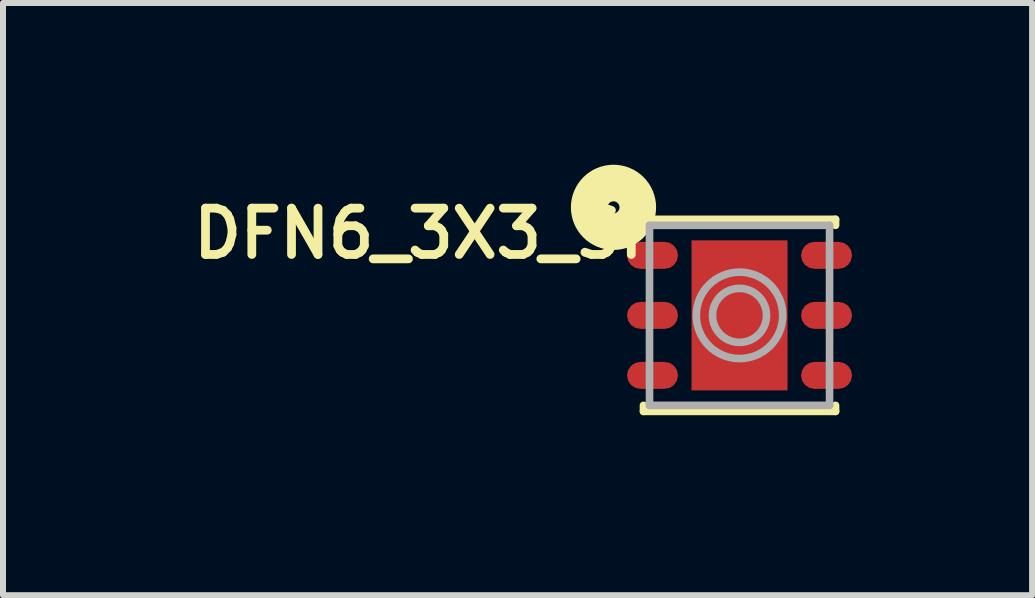
<source format=kicad_pcb>
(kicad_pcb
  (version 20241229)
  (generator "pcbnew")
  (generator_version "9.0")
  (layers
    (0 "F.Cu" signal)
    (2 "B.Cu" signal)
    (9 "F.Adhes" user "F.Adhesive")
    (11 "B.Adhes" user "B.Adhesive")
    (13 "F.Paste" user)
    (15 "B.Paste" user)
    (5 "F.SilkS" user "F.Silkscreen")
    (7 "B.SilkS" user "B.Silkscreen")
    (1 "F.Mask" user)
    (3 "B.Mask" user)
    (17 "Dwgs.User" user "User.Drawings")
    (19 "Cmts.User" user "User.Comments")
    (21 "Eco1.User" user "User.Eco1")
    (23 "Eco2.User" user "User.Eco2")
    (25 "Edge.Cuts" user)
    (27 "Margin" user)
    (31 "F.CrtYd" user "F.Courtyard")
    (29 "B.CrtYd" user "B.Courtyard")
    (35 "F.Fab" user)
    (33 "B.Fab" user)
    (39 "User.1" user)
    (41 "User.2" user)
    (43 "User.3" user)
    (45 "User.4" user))
  (footprint "DFN6_3X3_SI"
    (layer "F.Cu")
    (at 9.273 2.205)
    (property "Reference" "DFN6_3X3_SI" (at -1.524 -1.816 0) (layer "F.SilkS") (effects (font (size 0.772 0.772) (thickness 0.146)) (justify right top)))
    (attr through_hole)
    (fp_line (start -1.6 -1.6) (end 1.6 -1.6) (stroke (width 0.127) (type solid)) (layer "F.SilkS"))
    (fp_line (start -1.6 -1.5) (end -1.6 -1.6) (stroke (width 0.127) (type solid)) (layer "F.SilkS"))
    (fp_line (start -1.6 1.5) (end -1.6 1.6) (stroke (width 0.127) (type solid)) (layer "F.SilkS"))
    (fp_line (start -1.6 1.6) (end 1.6 1.6) (stroke (width 0.127) (type solid)) (layer "F.SilkS"))
    (fp_line (start 1.6 -1.6) (end 1.6 -1.5) (stroke (width 0.127) (type solid)) (layer "F.SilkS"))
    (fp_line (start 1.6 1.6) (end 1.6 1.5) (stroke (width 0.127) (type solid)) (layer "F.SilkS"))
    (fp_circle (center -2.1 -1.8) (end -2 -1.8) (stroke (width 0.61) (type solid)) (fill no) (layer "F.SilkS"))
    (fp_line (start -1.5 -1.5) (end 1.5 -1.5) (stroke (width 0.127) (type solid)) (layer "F.Fab"))
    (fp_line (start -1.5 1.5) (end -1.5 -1.5) (stroke (width 0.127) (type solid)) (layer "F.Fab"))
    (fp_line (start 1.5 -1.5) (end 1.5 1.5) (stroke (width 0.127) (type solid)) (layer "F.Fab"))
    (fp_line (start 1.5 1.5) (end -1.5 1.5) (stroke (width 0.127) (type solid)) (layer "F.Fab"))
    (fp_circle (center 0 0) (end 0.45 0) (stroke (width 0.127) (type solid)) (fill no) (layer "F.Fab"))
    (fp_circle (center 0 0) (end 0.72 0) (stroke (width 0.127) (type solid)) (fill no) (layer "F.Fab"))
    (pad "1" smd roundrect (at -1.45 -1) (size 0.85 0.45) (layers "F.Cu" "F.Mask" "F.Paste") (roundrect_rratio 0.5))
    (pad "2" smd roundrect (at -1.45 0) (size 0.85 0.45) (layers "F.Cu" "F.Mask" "F.Paste") (roundrect_rratio 0.5))
    (pad "3" smd roundrect (at -1.45 1) (size 0.85 0.45) (layers "F.Cu" "F.Mask" "F.Paste") (roundrect_rratio 0.5))
    (pad "4" smd roundrect (at 1.45 1) (size 0.85 0.45) (layers "F.Cu" "F.Mask" "F.Paste") (roundrect_rratio 0.5))
    (pad "5" smd roundrect (at 1.45 0) (size 0.85 0.45) (layers "F.Cu" "F.Mask" "F.Paste") (roundrect_rratio 0.5))
    (pad "6" smd roundrect (at 1.45 -1) (size 0.85 0.45) (layers "F.Cu" "F.Mask" "F.Paste") (roundrect_rratio 0.5))
    (pad "P$1" smd rect (at 0 0) (size 1.6 2.5) (layers "F.Cu" "F.Mask" "F.Paste")))
  (gr_rect
    (start -3 -3)
    (end 14.148 6.868)
    (stroke (width 0.1) (type default))
    (fill no)
    (layer "Edge.Cuts")))
</source>
